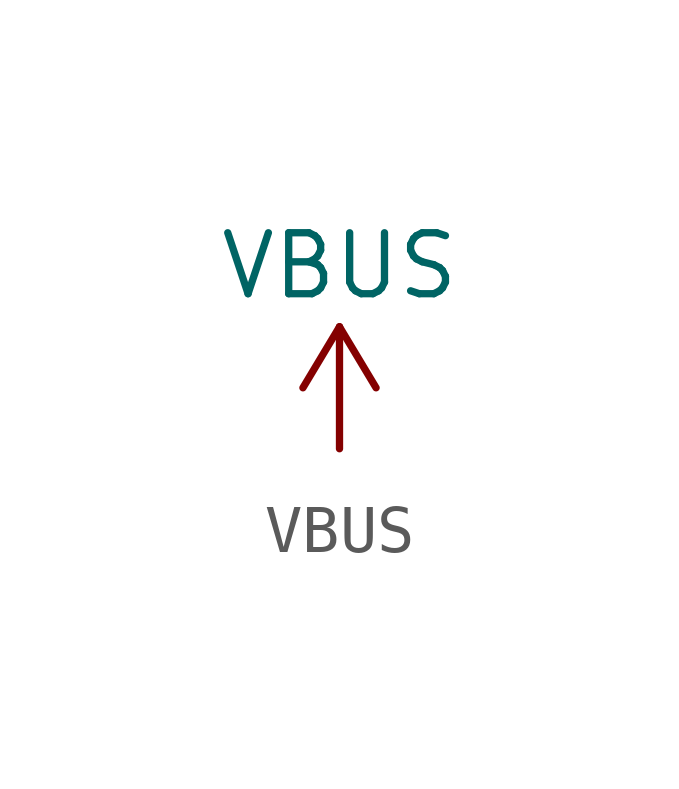
<source format=kicad_sym>
(kicad_symbol_lib
  (version 20231120)
  (generator "kicad_symbol_editor")
  (generator_version "8.0")
  (symbol "VBUS"
    (power)
    (pin_names
      (offset 0))
    (property "Reference" "#PWR"
      (at 0 -1.27 0)
      (effects (font (size 1.016 1.016)) (hide yes)))
    (property "Value" "VBUS"
      (at 0 3.81 0)
      (effects (font (size 1.27 1.27))))
    (symbol "VBUS_1_1"
      (polyline (pts (xy -0.762 1.27) (xy 0 2.54)) (stroke (width 0) (type default)) (fill (type none)))
      (polyline (pts (xy 0 0) (xy 0 2.54)) (stroke (width 0) (type default)) (fill (type none)))
      (polyline (pts (xy 0 2.54) (xy 0.762 1.27)) (stroke (width 0) (type default)) (fill (type none)))
      (pin power_in line (at 0 0 90) (length 0) hide (name "VBUS" (effects (font (size 1.27 1.27)))) (number "1" (effects (font (size 1.27 1.27))))))))
</source>
